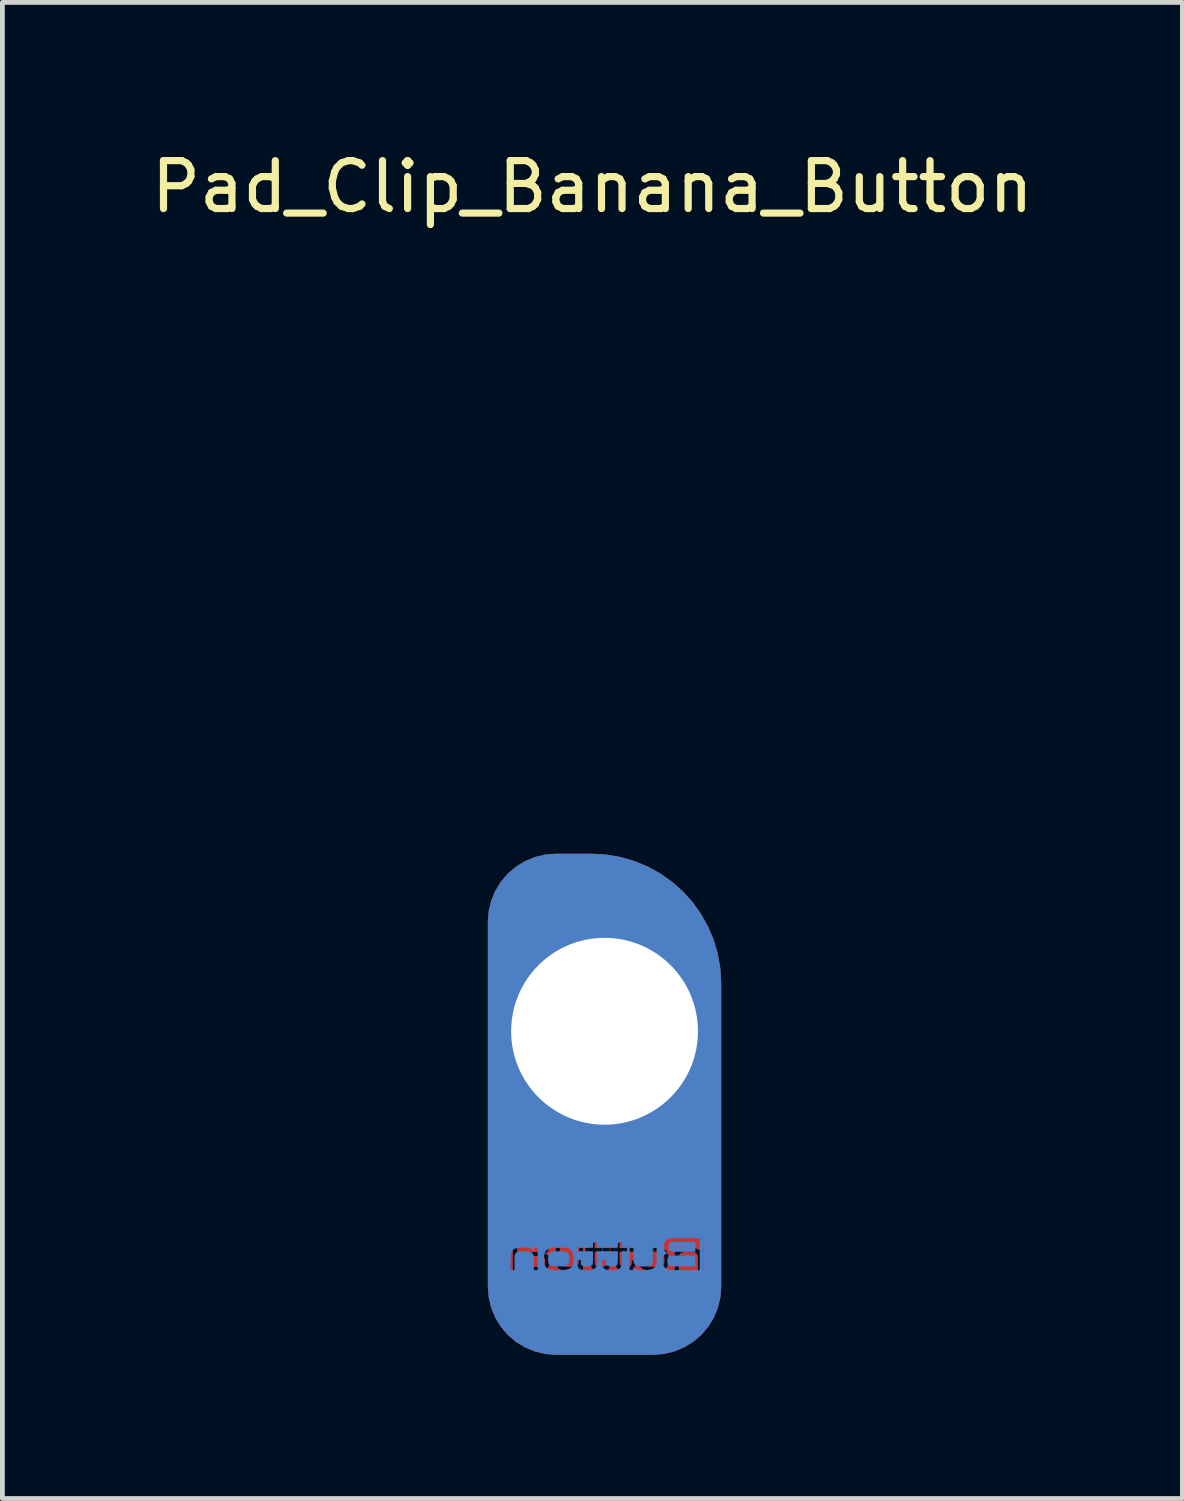
<source format=kicad_pcb>
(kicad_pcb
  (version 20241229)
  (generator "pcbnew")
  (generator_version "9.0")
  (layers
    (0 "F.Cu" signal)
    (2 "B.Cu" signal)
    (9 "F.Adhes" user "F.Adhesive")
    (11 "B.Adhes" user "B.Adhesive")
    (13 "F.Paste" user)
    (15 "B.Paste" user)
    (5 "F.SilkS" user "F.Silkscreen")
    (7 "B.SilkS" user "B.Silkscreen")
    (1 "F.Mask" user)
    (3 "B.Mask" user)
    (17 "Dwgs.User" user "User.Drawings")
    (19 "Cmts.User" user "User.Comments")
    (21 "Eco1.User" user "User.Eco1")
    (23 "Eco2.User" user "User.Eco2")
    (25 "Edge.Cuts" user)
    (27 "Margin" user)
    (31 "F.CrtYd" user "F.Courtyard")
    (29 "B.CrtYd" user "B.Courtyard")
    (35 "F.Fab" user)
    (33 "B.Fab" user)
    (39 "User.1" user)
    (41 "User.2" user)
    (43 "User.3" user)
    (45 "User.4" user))
  (footprint "Pad_Clip_Banana_Button"
    (layer "F.Cu")
    (at 9.569 18.476)
    (property "Reference" "Pad_Clip_Banana_Button" (at -0.254 -17.628 0) (unlocked yes) (layer "F.SilkS") (effects (font (size 1 1) (thickness 0.15))))
    (fp_line (start -1.819 5.208) (end -1.819 4.768) (stroke (width 0.001) (type solid)) (layer "F.Cu"))
    (fp_line (start -1.809 4.558) (end -1.809 4.118) (stroke (width 0.001) (type solid)) (layer "F.Cu"))
    (fp_line (start 1.031 4.758) (end 1.031 4.318) (stroke (width 0.01) (type solid)) (layer "F.Cu"))
    (fp_poly (pts (xy -1.375 4.404) (xy -1.353 4.404) (xy -1.319 4.409) (xy -1.287 4.424) (xy -1.277 4.434) (xy -1.264 4.468) (xy -1.261 4.504) (xy -1.262 4.523) (xy -1.269 4.56) (xy -1.29 4.59) (xy -1.317 4.603) (xy -1.352 4.61) (xy -1.387 4.611) (xy -1.824 4.611) (xy -1.824 4.404)) (stroke (width 0) (type solid)) (fill yes) (layer "F.Cu"))
    (fp_poly (pts (xy -1.382 4.688) (xy -1.372 4.688) (xy -1.318 4.692) (xy -1.306 4.695) (xy -1.272 4.707) (xy -1.263 4.714) (xy -1.245 4.745) (xy -1.24 4.776) (xy -1.239 4.811) (xy -1.24 4.833) (xy -1.25 4.869) (xy -1.273 4.896) (xy -1.277 4.898) (xy -1.31 4.911) (xy -1.346 4.916) (xy -1.381 4.918) (xy -1.824 4.918) (xy -1.824 4.688)) (stroke (width 0) (type solid)) (fill yes) (layer "F.Cu"))
    (fp_poly (pts (xy 1.014 4.6) (xy 1.087 4.6) (xy 1.168 4.608) (xy 1.183 4.611) (xy 1.213 4.627) (xy 1.234 4.657) (xy 1.24 4.671) (xy 1.247 4.705) (xy 1.251 4.741) (xy 1.252 4.778) (xy 1.251 4.807) (xy 1.245 4.841) (xy 1.231 4.874) (xy 1.202 4.897) (xy 1.201 4.898) (xy 1.167 4.908) (xy 1.133 4.913) (xy 1.13 4.914) (xy 1.095 4.916) (xy 1.059 4.917) (xy 1.023 4.918) (xy 0.997 4.918) (xy 0.99 4.918) (xy 0.951 4.916) (xy 0.913 4.912) (xy 0.877 4.903) (xy 0.844 4.887) (xy 0.823 4.862) (xy 0.811 4.827) (xy 0.806 4.793) (xy 0.804 4.758) (xy 0.805 4.727) (xy 0.81 4.691) (xy 0.821 4.654) (xy 0.843 4.627) (xy 0.846 4.625) (xy 0.879 4.612) (xy 0.915 4.605) (xy 0.955 4.601) (xy 0.994 4.6)) (stroke (width 0) (type solid)) (fill yes) (layer "F.Cu"))
    (fp_poly (pts (xy 2.118 5.082) (xy -2.002 5.082) (xy -2.002 4.327) (xy -1.914 4.327) (xy -1.914 4.404) (xy -1.914 4.688) (xy -1.914 4.994) (xy -1.365 4.994) (xy -1.337 4.994) (xy -1.299 4.99) (xy -1.26 4.982) (xy -1.227 4.97) (xy -1.197 4.95) (xy -1.185 4.938) (xy -1.166 4.909) (xy -1.154 4.876) (xy -1.147 4.837) (xy -1.146 4.799) (xy -1.146 4.778) (xy -1.15 4.741) (xy -1.16 4.706) (xy -1.179 4.675) (xy -1.188 4.667) (xy -1.221 4.65) (xy -1.257 4.644) (xy -1.296 4.644) (xy -1.291 4.644) (xy -1.256 4.637) (xy -1.221 4.626) (xy -1.192 4.606) (xy -1.191 4.604) (xy -1.176 4.571) (xy -1.17 4.534) (xy -1.169 4.524) (xy -1.016 4.524) (xy -1.016 4.795) (xy -1.016 4.81) (xy -1.016 4.815) (xy -1.012 4.853) (xy -1.002 4.89) (xy -0.985 4.922) (xy -0.961 4.948) (xy -0.958 4.951) (xy -0.927 4.968) (xy -0.891 4.98) (xy -0.856 4.987) (xy -0.814 4.991) (xy -0.777 4.994) (xy -0.737 4.994) (xy -0.73 4.994) (xy -0.695 4.993) (xy -0.658 4.99) (xy -0.622 4.983) (xy -0.587 4.97) (xy -0.557 4.953) (xy -0.531 4.928) (xy -0.531 4.994) (xy -0.452 4.994) (xy -0.452 4.6) (xy -0.399 4.6) (xy -0.287 4.6) (xy -0.287 4.809) (xy -0.287 4.84) (xy -0.285 4.874) (xy -0.278 4.908) (xy -0.262 4.942) (xy -0.235 4.966) (xy -0.217 4.974) (xy -0.183 4.985) (xy -0.148 4.99) (xy -0.113 4.993) (xy -0.075 4.994) (xy -0.043 4.994) (xy -0.007 4.991) (xy 0.029 4.985) (xy 0.061 4.975) (xy 0.091 4.953) (xy 0.107 4.922) (xy 0.115 4.889) (xy 0.12 4.853) (xy 0.122 4.819) (xy 0.123 4.781) (xy 0.048 4.781) (xy 0.049 4.834) (xy 0.049 4.84) (xy 0.043 4.876) (xy 0.019 4.903) (xy -0.01 4.912) (xy -0.046 4.917) (xy -0.082 4.918) (xy -0.117 4.916) (xy -0.151 4.911) (xy -0.183 4.896) (xy -0.197 4.875) (xy -0.205 4.839) (xy -0.207 4.804) (xy -0.207 4.6) (xy 0.111 4.6) (xy 0.122 4.6) (xy 0.234 4.6) (xy 0.234 4.809) (xy 0.234 4.84) (xy 0.235 4.874) (xy 0.242 4.908) (xy 0.258 4.942) (xy 0.286 4.966) (xy 0.303 4.974) (xy 0.337 4.985) (xy 0.373 4.99) (xy 0.407 4.993) (xy 0.446 4.994) (xy 0.478 4.994) (xy 0.513 4.991) (xy 0.549 4.985) (xy 0.582 4.975) (xy 0.612 4.953) (xy 0.627 4.922) (xy 0.635 4.889) (xy 0.64 4.853) (xy 0.643 4.819) (xy 0.643 4.781) (xy 0.569 4.781) (xy 0.57 4.834) (xy 0.57 4.84) (xy 0.563 4.876) (xy 0.539 4.903) (xy 0.51 4.912) (xy 0.474 4.917) (xy 0.438 4.918) (xy 0.404 4.916) (xy 0.37 4.911) (xy 0.338 4.896) (xy 0.324 4.875) (xy 0.315 4.839) (xy 0.313 4.804) (xy 0.313 4.763) (xy 0.72 4.763) (xy 0.72 4.781) (xy 0.723 4.824) (xy 0.729 4.861) (xy 0.741 4.898) (xy 0.762 4.931) (xy 0.788 4.954) (xy 0.793 4.957) (xy 0.829 4.972) (xy 0.867 4.982) (xy 0.904 4.988) (xy 0.946 4.992) (xy 0.982 4.994) (xy 1.022 4.994) (xy 1.045 4.994) (xy 1.087 4.993) (xy 1.126 4.99) (xy 1.161 4.986) (xy 1.199 4.98) (xy 1.237 4.969) (xy 1.271 4.953) (xy 1.293 4.933) (xy 1.313 4.899) (xy 1.325 4.861) (xy 1.331 4.823) (xy 1.334 4.788) (xy 1.335 4.75) (xy 1.335 4.737) (xy 1.333 4.7) (xy 1.327 4.663) (xy 1.316 4.627) (xy 1.298 4.596) (xy 1.294 4.59) (xy 1.267 4.565) (xy 1.237 4.547) (xy 1.201 4.536) (xy 1.168 4.531) (xy 1.132 4.527) (xy 1.098 4.525) (xy 1.059 4.524) (xy 1.023 4.524) (xy 0.952 4.524) (xy 0.938 4.524) (xy 0.903 4.527) (xy 0.888 4.529) (xy 0.854 4.533) (xy 0.837 4.536) (xy 0.803 4.549) (xy 0.773 4.571) (xy 0.751 4.599) (xy 0.742 4.618) (xy 0.731 4.653) (xy 0.724 4.69) (xy 0.721 4.724) (xy 0.72 4.758) (xy 0.72 4.763) (xy 0.313 4.763) (xy 0.313 4.6) (xy 0.632 4.6) (xy 0.632 4.524) (xy 0.313 4.524) (xy 0.313 4.523) (xy 1.468 4.523) (xy 1.468 4.994) (xy 1.548 4.994) (xy 1.548 4.737) (xy 1.549 4.711) (xy 1.557 4.675) (xy 1.573 4.644) (xy 1.602 4.623) (xy 1.621 4.617) (xy 1.656 4.609) (xy 1.692 4.604) (xy 1.728 4.601) (xy 1.767 4.6) (xy 1.801 4.601) (xy 1.837 4.604) (xy 1.874 4.612) (xy 1.907 4.624) (xy 1.915 4.629) (xy 1.937 4.655) (xy 1.948 4.691) (xy 1.951 4.727) (xy 1.951 4.994) (xy 2.031 4.994) (xy 2.031 4.716) (xy 2.03 4.702) (xy 2.028 4.666) (xy 2.021 4.631) (xy 2.018 4.622) (xy 2 4.591) (xy 1.975 4.567) (xy 1.956 4.554) (xy 1.924 4.54) (xy 1.889 4.532) (xy 1.877 4.53) (xy 1.84 4.526) (xy 1.804 4.524) (xy 1.767 4.524) (xy 1.759 4.524) (xy 1.721 4.525) (xy 1.683 4.528) (xy 1.648 4.533) (xy 1.614 4.541) (xy 1.608 4.544) (xy 1.576 4.563) (xy 1.555 4.591) (xy 1.542 4.623) (xy 1.548 4.523) (xy 1.468 4.523) (xy 0.313 4.523) (xy 0.313 4.414) (xy 0.234 4.414) (xy 0.234 4.524) (xy 0.122 4.524) (xy 0.122 4.6) (xy 0.111 4.6) (xy 0.111 4.524) (xy -0.207 4.524) (xy -0.207 4.414) (xy -0.287 4.414) (xy -0.287 4.524) (xy -0.399 4.524) (xy -0.399 4.6) (xy -0.452 4.6) (xy -0.452 4.524) (xy -0.531 4.524) (xy -0.531 4.773) (xy -0.533 4.801) (xy -0.54 4.839) (xy -0.557 4.871) (xy -0.585 4.893) (xy -0.603 4.9) (xy -0.637 4.909) (xy -0.674 4.914) (xy -0.709 4.917) (xy -0.748 4.918) (xy -0.755 4.918) (xy -0.792 4.917) (xy -0.829 4.913) (xy -0.864 4.906) (xy -0.896 4.893) (xy -0.912 4.878) (xy -0.927 4.846) (xy -0.934 4.811) (xy -0.936 4.773) (xy -0.936 4.524) (xy -1.016 4.524) (xy -1.169 4.524) (xy -1.168 4.498) (xy -1.17 4.466) (xy -1.178 4.428) (xy -1.193 4.394) (xy -1.217 4.367) (xy -1.248 4.348) (xy -1.281 4.336) (xy -1.318 4.329) (xy -1.356 4.327) (xy -1.914 4.327) (xy -2.002 4.327) (xy -2.002 4.239) (xy 2.118 4.239)) (stroke (width 0) (type solid)) (fill yes) (layer "F.Cu"))
    (fp_rect (start -2.002 4.298) (end 2.078 5.024) (stroke (width 0.12) (type solid)) (fill yes) (layer "F.Mask"))
    (fp_line (start -0.951 4.736) (end -0.951 4.296) (stroke (width 0.001) (type default)) (layer "B.Cu"))
    (fp_line (start 1.84 5.19) (end 1.84 4.75) (stroke (width 0.001) (type default)) (layer "B.Cu"))
    (fp_line (start 1.85 4.51) (end 1.85 4.07) (stroke (width 0.001) (type default)) (layer "B.Cu"))
    (fp_poly (pts (xy 1.896 4.396) (xy 1.896 4.603) (xy 1.459 4.603) (xy 1.423 4.602) (xy 1.389 4.595) (xy 1.362 4.582) (xy 1.341 4.552) (xy 1.334 4.515) (xy 1.333 4.496) (xy 1.336 4.46) (xy 1.349 4.426) (xy 1.359 4.416) (xy 1.391 4.401) (xy 1.425 4.396) (xy 1.447 4.396)) (stroke (width 0) (type solid)) (fill yes) (layer "B.Cu"))
    (fp_poly (pts (xy 1.454 4.68) (xy 1.896 4.68) (xy 1.896 4.91) (xy 1.452 4.91) (xy 1.418 4.908) (xy 1.382 4.903) (xy 1.349 4.89) (xy 1.345 4.888) (xy 1.321 4.861) (xy 1.312 4.825) (xy 1.311 4.803) (xy 1.312 4.768) (xy 1.317 4.737) (xy 1.335 4.706) (xy 1.344 4.699) (xy 1.377 4.687) (xy 1.39 4.684) (xy 1.444 4.68)) (stroke (width 0) (type solid)) (fill yes) (layer "B.Cu"))
    (fp_poly (pts (xy -0.942 4.592) (xy -0.922 4.592) (xy -0.883 4.593) (xy -0.844 4.597) (xy -0.807 4.604) (xy -0.774 4.617) (xy -0.772 4.619) (xy -0.749 4.646) (xy -0.738 4.683) (xy -0.733 4.719) (xy -0.732 4.75) (xy -0.734 4.785) (xy -0.739 4.819) (xy -0.751 4.854) (xy -0.773 4.879) (xy -0.805 4.895) (xy -0.841 4.904) (xy -0.879 4.908) (xy -0.918 4.91) (xy -0.925 4.91) (xy -0.951 4.91) (xy -0.988 4.909) (xy -1.023 4.908) (xy -1.058 4.906) (xy -1.061 4.905) (xy -1.095 4.9) (xy -1.129 4.89) (xy -1.131 4.889) (xy -1.159 4.866) (xy -1.173 4.833) (xy -1.179 4.799) (xy -1.18 4.77) (xy -1.179 4.733) (xy -1.175 4.697) (xy -1.168 4.663) (xy -1.163 4.649) (xy -1.142 4.619) (xy -1.111 4.603) (xy -1.097 4.6) (xy -1.015 4.592)) (stroke (width 0) (type solid)) (fill yes) (layer "B.Cu"))
    (fp_poly (pts (xy 2.073 5.074) (xy -2.046 5.074) (xy -2.046 4.986) (xy -1.959 4.986) (xy -1.879 4.986) (xy -1.879 4.719) (xy -1.876 4.683) (xy -1.865 4.647) (xy -1.843 4.621) (xy -1.835 4.616) (xy -1.803 4.604) (xy -1.765 4.596) (xy -1.73 4.593) (xy -1.696 4.592) (xy -1.656 4.593) (xy -1.62 4.596) (xy -1.584 4.601) (xy -1.549 4.609) (xy -1.53 4.615) (xy -1.501 4.636) (xy -1.485 4.667) (xy -1.477 4.703) (xy -1.476 4.729) (xy -1.476 4.986) (xy -1.396 4.986) (xy -1.396 4.742) (xy -1.264 4.742) (xy -1.263 4.77) (xy -1.263 4.78) (xy -1.26 4.815) (xy -1.253 4.853) (xy -1.241 4.891) (xy -1.221 4.925) (xy -1.199 4.945) (xy -1.165 4.961) (xy -1.127 4.972) (xy -1.089 4.978) (xy -1.054 4.982) (xy -1.015 4.985) (xy -0.973 4.986) (xy -0.95 4.986) (xy -0.911 4.986) (xy -0.874 4.984) (xy -0.832 4.98) (xy -0.795 4.974) (xy -0.757 4.964) (xy -0.721 4.949) (xy -0.716 4.946) (xy -0.69 4.923) (xy -0.67 4.89) (xy -0.658 4.853) (xy -0.651 4.816) (xy -0.648 4.773) (xy -0.648 4.773) (xy -0.572 4.773) (xy -0.571 4.811) (xy -0.569 4.845) (xy -0.564 4.881) (xy -0.555 4.914) (xy -0.54 4.945) (xy -0.51 4.967) (xy -0.477 4.977) (xy -0.441 4.983) (xy -0.406 4.986) (xy -0.374 4.986) (xy -0.335 4.985) (xy -0.301 4.982) (xy -0.265 4.977) (xy -0.231 4.966) (xy -0.214 4.958) (xy -0.186 4.934) (xy -0.17 4.9) (xy -0.164 4.866) (xy -0.162 4.832) (xy -0.162 4.801) (xy -0.162 4.773) (xy -0.051 4.773) (xy -0.05 4.811) (xy -0.048 4.845) (xy -0.043 4.881) (xy -0.035 4.914) (xy -0.019 4.945) (xy 0.01 4.967) (xy 0.043 4.977) (xy 0.079 4.983) (xy 0.114 4.986) (xy 0.146 4.986) (xy 0.185 4.985) (xy 0.22 4.982) (xy 0.255 4.977) (xy 0.289 4.966) (xy 0.307 4.958) (xy 0.334 4.934) (xy 0.35 4.9) (xy 0.357 4.866) (xy 0.359 4.832) (xy 0.359 4.801) (xy 0.359 4.592) (xy 0.47 4.592) (xy 0.47 4.516) (xy 0.524 4.516) (xy 0.524 4.986) (xy 0.603 4.986) (xy 0.603 4.92) (xy 0.629 4.945) (xy 0.659 4.962) (xy 0.694 4.975) (xy 0.73 4.982) (xy 0.766 4.985) (xy 0.802 4.986) (xy 0.809 4.986) (xy 0.849 4.986) (xy 0.886 4.983) (xy 0.927 4.979) (xy 0.963 4.972) (xy 0.998 4.96) (xy 1.029 4.943) (xy 1.033 4.94) (xy 1.057 4.914) (xy 1.074 4.882) (xy 1.084 4.845) (xy 1.087 4.807) (xy 1.087 4.802) (xy 1.087 4.791) (xy 1.217 4.791) (xy 1.218 4.803) (xy 1.219 4.829) (xy 1.226 4.868) (xy 1.238 4.901) (xy 1.257 4.93) (xy 1.269 4.942) (xy 1.299 4.962) (xy 1.332 4.974) (xy 1.371 4.982) (xy 1.409 4.986) (xy 1.437 4.986) (xy 1.986 4.986) (xy 1.986 4.319) (xy 1.428 4.319) (xy 1.39 4.321) (xy 1.352 4.328) (xy 1.32 4.34) (xy 1.289 4.359) (xy 1.265 4.386) (xy 1.249 4.42) (xy 1.242 4.458) (xy 1.24 4.49) (xy 1.24 4.496) (xy 1.241 4.526) (xy 1.248 4.563) (xy 1.263 4.596) (xy 1.264 4.598) (xy 1.293 4.618) (xy 1.328 4.629) (xy 1.363 4.636) (xy 1.368 4.636) (xy 1.329 4.636) (xy 1.293 4.642) (xy 1.26 4.659) (xy 1.251 4.667) (xy 1.232 4.698) (xy 1.222 4.733) (xy 1.218 4.77) (xy 1.217 4.791) (xy 1.087 4.791) (xy 1.087 4.787) (xy 1.087 4.516) (xy 1.008 4.516) (xy 1.008 4.765) (xy 1.006 4.803) (xy 0.999 4.838) (xy 0.984 4.87) (xy 0.968 4.885) (xy 0.936 4.898) (xy 0.901 4.905) (xy 0.864 4.909) (xy 0.827 4.91) (xy 0.82 4.91) (xy 0.781 4.909) (xy 0.745 4.906) (xy 0.709 4.901) (xy 0.675 4.892) (xy 0.657 4.885) (xy 0.628 4.863) (xy 0.612 4.831) (xy 0.605 4.793) (xy 0.603 4.765) (xy 0.603 4.516) (xy 0.524 4.516) (xy 0.47 4.516) (xy 0.359 4.516) (xy 0.359 4.406) (xy 0.279 4.406) (xy 0.279 4.516) (xy -0.039 4.516) (xy -0.039 4.592) (xy 0.279 4.592) (xy 0.279 4.796) (xy 0.277 4.831) (xy 0.269 4.867) (xy 0.254 4.888) (xy 0.223 4.903) (xy 0.188 4.908) (xy 0.154 4.91) (xy 0.118 4.909) (xy 0.082 4.904) (xy 0.053 4.895) (xy 0.029 4.868) (xy 0.023 4.832) (xy 0.022 4.826) (xy 0.024 4.773) (xy -0.051 4.773) (xy -0.162 4.773) (xy -0.162 4.592) (xy -0.05 4.592) (xy -0.05 4.516) (xy -0.162 4.516) (xy -0.162 4.406) (xy -0.241 4.406) (xy -0.241 4.516) (xy -0.56 4.516) (xy -0.56 4.592) (xy -0.241 4.592) (xy -0.241 4.796) (xy -0.243 4.831) (xy -0.252 4.867) (xy -0.266 4.888) (xy -0.298 4.903) (xy -0.332 4.908) (xy -0.366 4.91) (xy -0.403 4.909) (xy -0.439 4.904) (xy -0.467 4.895) (xy -0.491 4.868) (xy -0.498 4.832) (xy -0.498 4.826) (xy -0.497 4.773) (xy -0.572 4.773) (xy -0.648 4.773) (xy -0.648 4.755) (xy -0.649 4.716) (xy -0.652 4.682) (xy -0.659 4.645) (xy -0.671 4.61) (xy -0.68 4.591) (xy -0.701 4.563) (xy -0.731 4.541) (xy -0.765 4.528) (xy -0.782 4.525) (xy -0.816 4.521) (xy -0.831 4.519) (xy -0.866 4.516) (xy -0.88 4.516) (xy -0.951 4.516) (xy -0.987 4.516) (xy -1.026 4.517) (xy -1.06 4.519) (xy -1.096 4.523) (xy -1.13 4.528) (xy -1.165 4.539) (xy -1.196 4.557) (xy -1.222 4.582) (xy -1.227 4.588) (xy -1.244 4.619) (xy -1.255 4.655) (xy -1.261 4.692) (xy -1.263 4.729) (xy -1.264 4.742) (xy -1.396 4.742) (xy -1.396 4.515) (xy -1.476 4.515) (xy -1.47 4.615) (xy -1.483 4.583) (xy -1.504 4.555) (xy -1.536 4.536) (xy -1.543 4.533) (xy -1.576 4.525) (xy -1.611 4.52) (xy -1.65 4.517) (xy -1.687 4.516) (xy -1.696 4.516) (xy -1.732 4.516) (xy -1.769 4.518) (xy -1.806 4.522) (xy -1.817 4.524) (xy -1.852 4.532) (xy -1.884 4.546) (xy -1.903 4.559) (xy -1.928 4.583) (xy -1.946 4.614) (xy -1.949 4.623) (xy -1.956 4.658) (xy -1.959 4.694) (xy -1.959 4.708) (xy -1.959 4.986) (xy -2.046 4.986) (xy -2.046 4.231) (xy 2.073 4.231)) (stroke (width 0) (type solid)) (fill yes) (layer "B.Cu"))
    (fp_rect (start -2.002 4.298) (end 2.078 5.024) (stroke (width 0.12) (type solid)) (fill yes) (layer "B.Mask"))
    (pad "1" thru_hole custom (at 0 0) (size 4.5 4.5) (drill 3.9) (layers "*.Cu" "*.Mask") (options (anchor circle)) (primitives (gr_poly (pts (xy 2.134 -1.422) (xy 1.88 -2.108) (xy 1.092 -3.073) (xy -0.272 -3.556) (xy -1.626 -3.327) (xy -2.159 -2.718) (xy -2.21 -1.321) (xy 0.533 -1.321)) (width 0.2) (fill yes)) (gr_line (start -1.016 -3.556) (end -0.272 -3.556) (width 0.3)) (gr_poly (pts (xy -1.016 -2.286) (xy -1.914 -1.914) (xy -2.286 -1.016) (xy -2.286 5.334) (xy -1.914 6.232) (xy -1.016 6.604) (xy 0 6.604) (xy 0 5.029) (xy -0.254 5.029) (xy -2.007 5.029) (xy -2.007 4.293) (xy -0.991 4.293) (xy 0 4.293) (xy 0 3.048) (xy 0 1.778) (xy -0.762 1.778) (xy -1.778 0.762) (xy -1.778 -0.762) (xy -0.762 -1.778) (xy 0 -1.778) (xy 0 -2.286)) (width 0.01) (fill yes)) (gr_arc (start -2.286 -2.286) (mid -1.914026 -3.184026) (end -1.016 -3.556) (width 0.3)) (gr_line (start -2.286 -2.286) (end -2.286 5.334) (width 0.3)) (gr_line (start -0.254 3.81) (end -1.016 3.81) (width 0.2)) (gr_line (start -0.254 3.048) (end -0.254 3.81) (width 0.2)) (gr_line (start 0.254 3.048) (end -0.254 3.048) (width 0.2)) (gr_line (start 0.254 3.048) (end 0.254 3.81) (width 0.2)) (gr_line (start 0.254 3.81) (end 1.016 3.81) (width 0.2)) (gr_arc (start -1.016 6.604) (mid -1.914026 6.232026) (end -2.286 5.334) (width 0.3)) (gr_line (start 1.016 6.604) (end -1.016 6.604) (width 0.3)) (gr_arc (start -0.272051 -3.555999) (mid 1.530371 -2.813134) (end 2.285935 -1.015999) (width 0.3)) (gr_line (start 2.286 -1.016) (end 2.286 5.334) (width 0.3)) (gr_arc (start 2.286 5.334) (mid 1.914026 6.232026) (end 1.016 6.604) (width 0.3)) (gr_poly (pts (xy 1.016 -2.286) (xy 1.914 -1.914) (xy 2.286 -1.016) (xy 2.286 5.334) (xy 1.914 6.232) (xy 1.016 6.604) (xy 0 6.604) (xy 0 5.131) (xy 0 5.029) (xy 2.083 5.029) (xy 2.083 4.267) (xy 0.813 4.293) (xy 0 4.293) (xy 0 3.048) (xy 0 1.778) (xy 0.762 1.778) (xy 1.778 0.762) (xy 1.778 -0.762) (xy 0.762 -1.778) (xy 0 -1.778) (xy 0 -2.286)) (width 0.01) (fill yes)))))
  (gr_rect
    (start -3 -3)
    (end 21.631 28.23)
    (stroke (width 0.1) (type default))
    (fill no)
    (layer "Edge.Cuts")))
</source>
